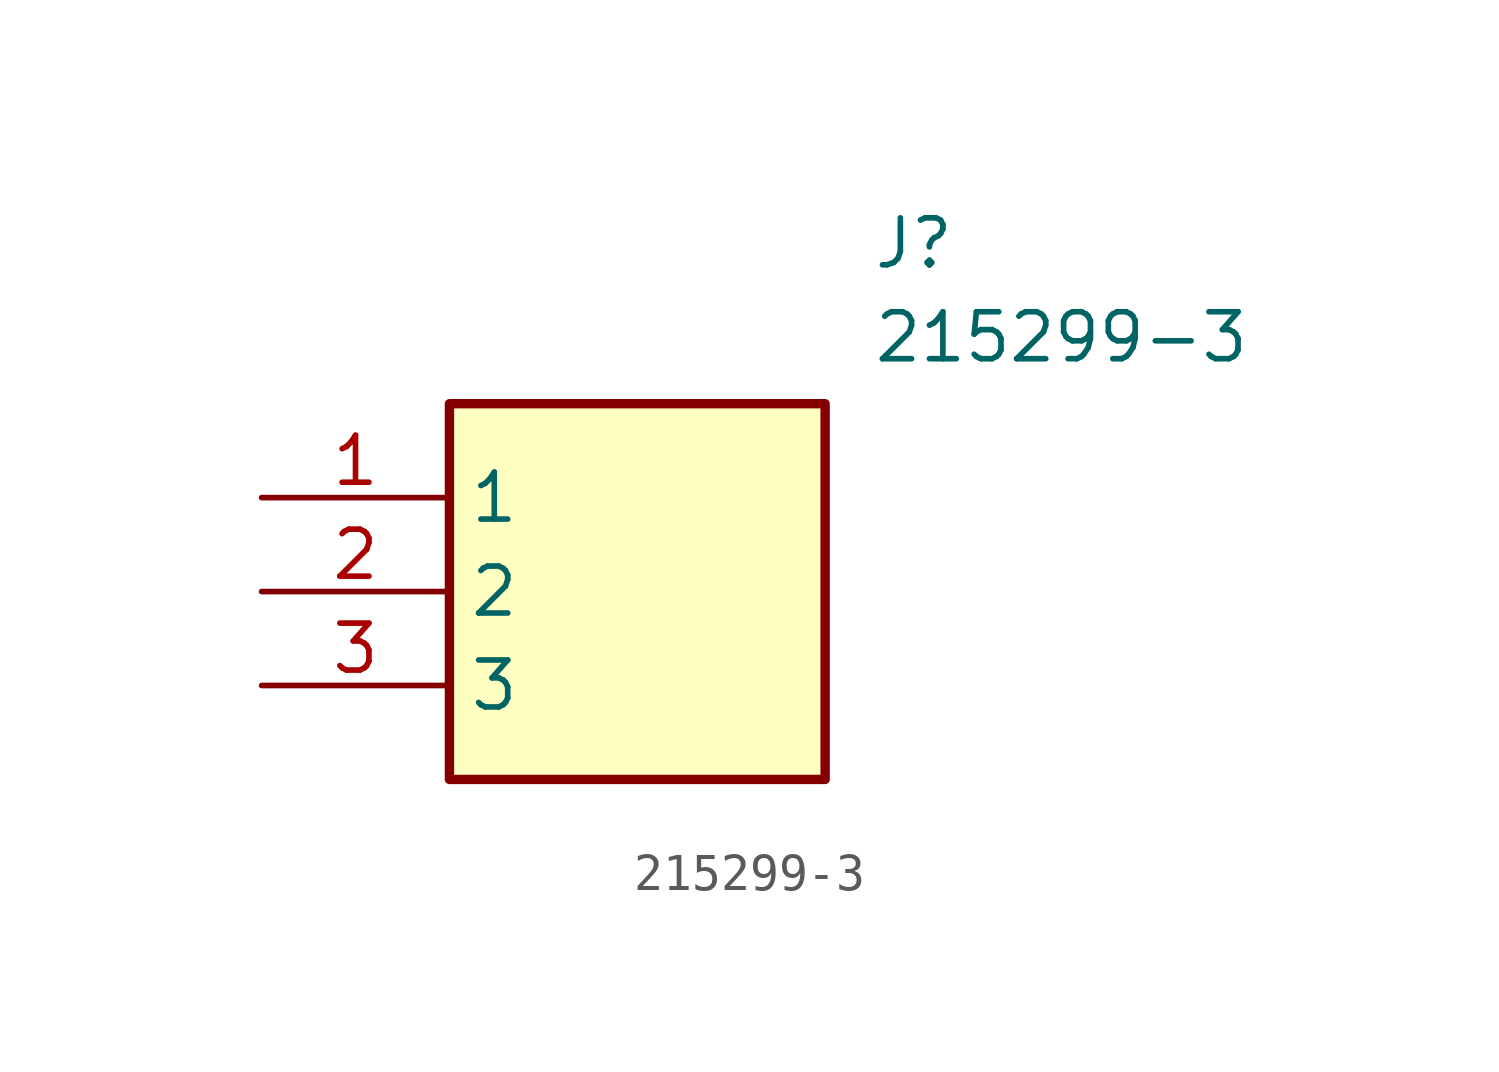
<source format=kicad_sym>
(kicad_symbol_lib
  (version 20231120)
  (generator "kicad_symbol_editor")
  (generator_version "8.0")
  (symbol "215299-3"
    (property "Reference" "J"
      (at 16.51 7.62 0)
      (effects (font (size 1.27 1.27)) (justify left top)))
    (property "Value" "215299-3"
      (at 16.51 5.08 0)
      (effects (font (size 1.27 1.27)) (justify left top)))
    (symbol "215299-3_1_1"
      (rectangle (start 5.08 2.54) (end 15.24 -7.62) (stroke (width 0.254) (type default)) (fill (type background)))
      (pin passive line (at 0 0 0) (length 5.08) (name "1" (effects (font (size 1.27 1.27)))) (number "1" (effects (font (size 1.27 1.27)))))
      (pin passive line (at 0 -2.54 0) (length 5.08) (name "2" (effects (font (size 1.27 1.27)))) (number "2" (effects (font (size 1.27 1.27)))))
      (pin passive line (at 0 -5.08 0) (length 5.08) (name "3" (effects (font (size 1.27 1.27)))) (number "3" (effects (font (size 1.27 1.27))))))))
</source>
